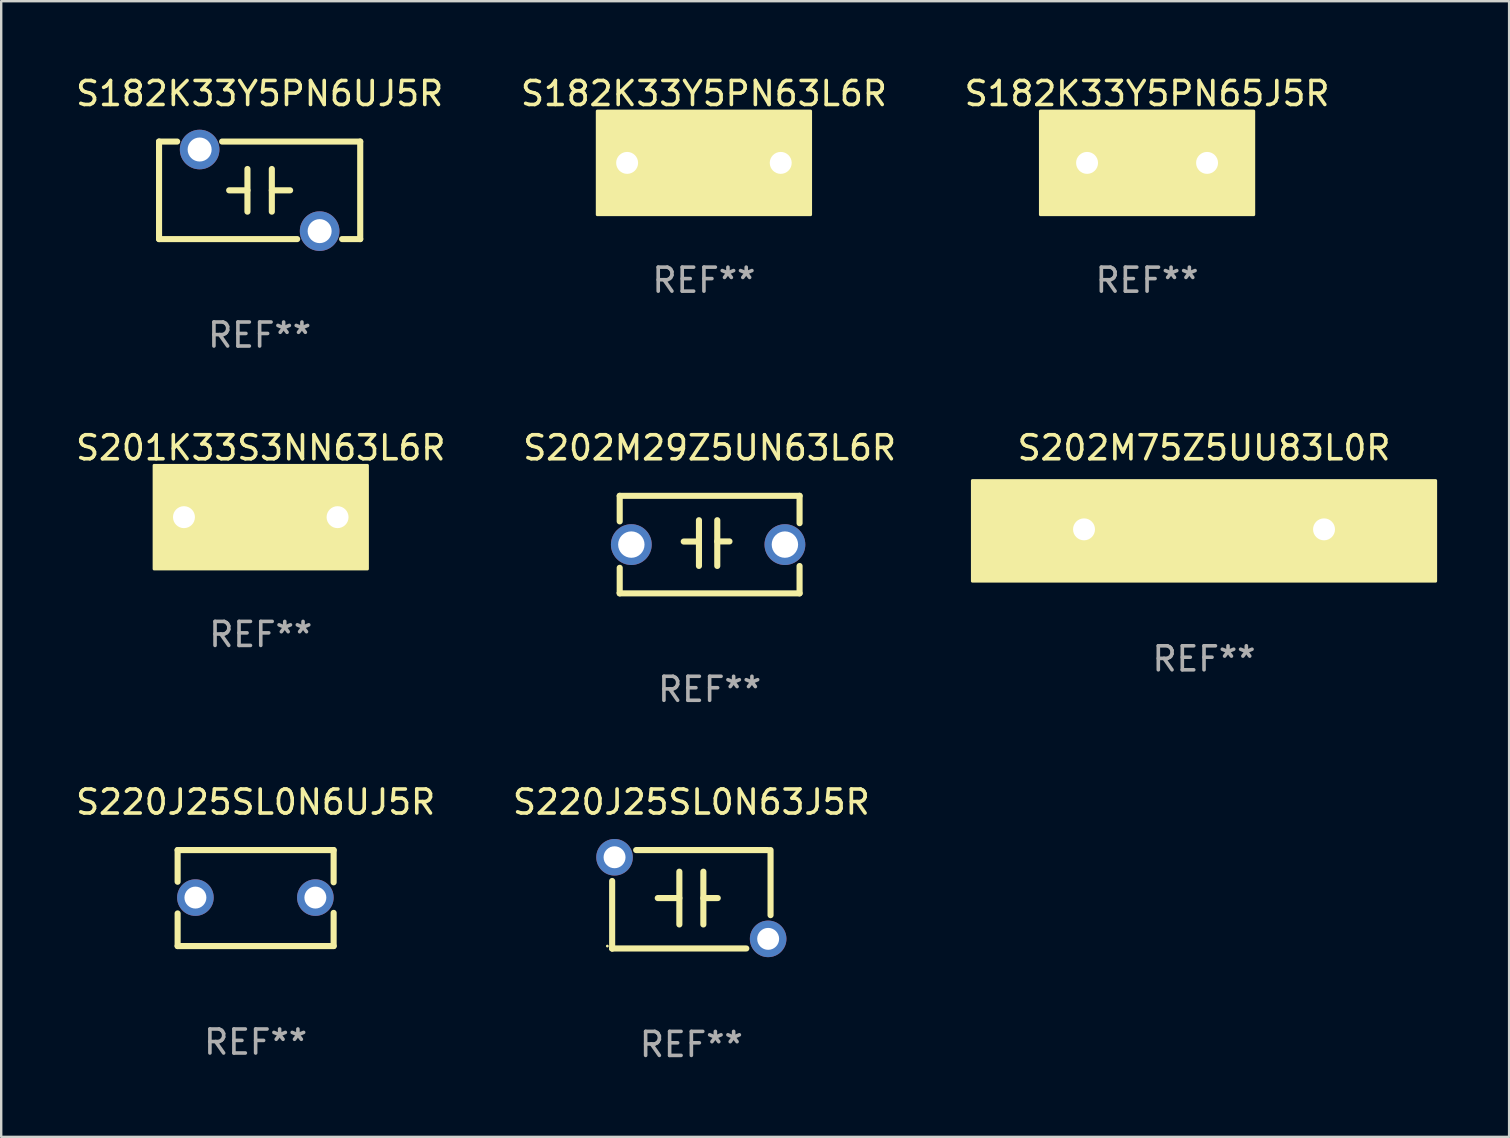
<source format=kicad_pcb>
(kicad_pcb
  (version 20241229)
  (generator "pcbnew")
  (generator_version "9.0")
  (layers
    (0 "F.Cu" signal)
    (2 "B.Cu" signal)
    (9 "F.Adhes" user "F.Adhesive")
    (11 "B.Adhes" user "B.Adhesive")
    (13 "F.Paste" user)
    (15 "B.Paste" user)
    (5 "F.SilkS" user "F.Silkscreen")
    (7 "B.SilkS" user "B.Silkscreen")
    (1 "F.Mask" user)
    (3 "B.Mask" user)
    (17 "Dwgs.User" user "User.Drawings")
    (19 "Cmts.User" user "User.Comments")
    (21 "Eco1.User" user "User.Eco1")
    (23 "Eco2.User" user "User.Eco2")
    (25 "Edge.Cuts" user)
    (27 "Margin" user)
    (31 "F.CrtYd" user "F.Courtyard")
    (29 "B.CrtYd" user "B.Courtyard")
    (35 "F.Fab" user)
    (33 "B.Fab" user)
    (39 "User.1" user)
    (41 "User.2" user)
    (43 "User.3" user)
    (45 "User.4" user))
  (footprint "S202M75Z5UU83L0R"
    (layer "F.Cu")
    (at 47.117 19.006)
    (property "Reference" "S202M75Z5UU83L0R" (at 0 -3.397 0) (layer "F.SilkS") (effects (font (size 1 1) (thickness 0.15))))
    (attr through_hole)
    (fp_line (start -0.635 -0.000025) (end -2.413 -0.000025) (stroke (width 0.254) (type solid)) (layer "F.SilkS"))
    (fp_line (start -0.635 1.397) (end -0.635 -1.397) (stroke (width 0.254) (type solid)) (layer "F.SilkS"))
    (fp_line (start 0.635 -1.397) (end 0.635 1.397) (stroke (width 0.254) (type solid)) (layer "F.SilkS"))
    (fp_line (start 0.635 0.000025) (end 2.413 0.000025) (stroke (width 0.254) (type solid)) (layer "F.SilkS"))
    (fp_circle (center -9.5 2) (end -9.47 2) (stroke (width 0.06) (type solid)) (fill no) (layer "F.SilkS"))
    (fp_poly (pts (xy -9.652 -2.032) (xy 9.652 -2.032) (xy 9.652 2.159) (xy -9.652 2.159)) (stroke (width 0.12) (type solid)) (fill yes) (layer "F.SilkS"))
    (fp_text user "REF**" (at 0 5.397 0) (layer "F.Fab") (effects (font (size 1 1) (thickness 0.15))))
    (pad "1" thru_hole circle (at -5 0) (size 1.524 1.524) (drill 0.914) (layers "*.Cu" "*.Mask"))
    (pad "2" thru_hole circle (at 5 0) (size 1.524 1.524) (drill 0.914) (layers "*.Cu" "*.Mask")))
  (footprint "S220J25SL0N63J5R"
    (layer "F.Cu")
    (at 25.756 34.419)
    (property "Reference" "S220J25SL0N63J5R" (at 0 -4.05 0) (layer "F.SilkS") (effects (font (size 1 1) (thickness 0.15))))
    (attr through_hole)
    (fp_line (start -3.3 2.05) (end -3.3 -0.762) (stroke (width 0.254) (type solid)) (layer "F.SilkS"))
    (fp_line (start -3.3 2.05) (end -3.3 2.05) (stroke (width 0.254) (type solid)) (layer "F.SilkS"))
    (fp_line (start -3.2 -2.05) (end -3.3 -2.05) (stroke (width 0.254) (type solid)) (layer "F.SilkS"))
    (fp_line (start -2.3 -2.05) (end 3.2 -2.05) (stroke (width 0.254) (type solid)) (layer "F.SilkS"))
    (fp_line (start -1.4 -0.05) (end -0.5 -0.05) (stroke (width 0.254) (type solid)) (layer "F.SilkS"))
    (fp_line (start -0.5 -1.15) (end -0.5 1.05) (stroke (width 0.254) (type solid)) (layer "F.SilkS"))
    (fp_line (start 0.5 -1.15) (end 0.5 1.05) (stroke (width 0.254) (type solid)) (layer "F.SilkS"))
    (fp_line (start 1.1 -0.05) (end 0.5 -0.05) (stroke (width 0.254) (type solid)) (layer "F.SilkS"))
    (fp_line (start 2.29 2.05) (end -3.3 2.05) (stroke (width 0.254) (type solid)) (layer "F.SilkS"))
    (fp_line (start 3.3 -2.05) (end 3.3 0.662) (stroke (width 0.254) (type solid)) (layer "F.SilkS"))
    (fp_circle (center -3.5 1.95) (end -3.47 1.95) (stroke (width 0.06) (type solid)) (fill no) (layer "F.SilkS"))
    (fp_text user "REF**" (at 0 6.05 0) (layer "F.Fab") (effects (font (size 1 1) (thickness 0.15))))
    (pad "1" thru_hole circle (at -3.2 -1.75) (size 1.524 1.524) (drill 0.914) (layers "*.Cu" "*.Mask"))
    (pad "2" thru_hole circle (at 3.2 1.65) (size 1.524 1.524) (drill 0.914) (layers "*.Cu" "*.Mask")))
  (footprint "S220J25SL0N6UJ5R"
    (layer "F.Cu")
    (at 7.601 34.369)
    (property "Reference" "S220J25SL0N6UJ5R" (at 0 -4 0) (layer "F.SilkS") (effects (font (size 1 1) (thickness 0.15))))
    (attr through_hole)
    (fp_line (start -3.25 -2) (end -3.25 -0.68) (stroke (width 0.254) (type solid)) (layer "F.SilkS"))
    (fp_line (start -3.25 -2) (end 3.25 -2) (stroke (width 0.254) (type solid)) (layer "F.SilkS"))
    (fp_line (start -3.25 0.64) (end -3.25 2) (stroke (width 0.254) (type solid)) (layer "F.SilkS"))
    (fp_line (start 3.25 -2) (end 3.25 -0.657) (stroke (width 0.254) (type solid)) (layer "F.SilkS"))
    (fp_line (start 3.25 0.617) (end 3.25 2) (stroke (width 0.254) (type solid)) (layer "F.SilkS"))
    (fp_line (start 3.25 2) (end -3.25 2) (stroke (width 0.254) (type solid)) (layer "F.SilkS"))
    (fp_circle (center -3.26 1.98) (end -3.23 1.98) (stroke (width 0.06) (type solid)) (fill no) (layer "F.SilkS"))
    (fp_text user "REF**" (at 0 6 0) (layer "F.Fab") (effects (font (size 1 1) (thickness 0.15))))
    (pad "1" thru_hole circle (at -2.509 -0.02) (size 1.524 1.524) (drill 0.914) (layers "*.Cu" "*.Mask"))
    (pad "2" thru_hole circle (at 2.489 -0.02) (size 1.524 1.524) (drill 0.914) (layers "*.Cu" "*.Mask")))
  (footprint "S182K33Y5PN65J5R"
    (layer "F.Cu")
    (at 44.744 3.737)
    (property "Reference" "S182K33Y5PN65J5R" (at 0 -2.889 0) (layer "F.SilkS") (effects (font (size 1 1) (thickness 0.15))))
    (attr through_hole)
    (fp_line (start -0.508 0) (end -1.27 0) (stroke (width 0.254) (type solid)) (layer "F.SilkS"))
    (fp_line (start -0.508 0.889) (end -0.508 -0.889) (stroke (width 0.254) (type solid)) (layer "F.SilkS"))
    (fp_line (start 0.508 -0.889) (end 0.508 0.889) (stroke (width 0.254) (type solid)) (layer "F.SilkS"))
    (fp_line (start 0.508 0) (end 1.27 0) (stroke (width 0.254) (type solid)) (layer "F.SilkS"))
    (fp_circle (center -4.25 2) (end -4.22 2) (stroke (width 0.06) (type solid)) (fill no) (layer "F.SilkS"))
    (fp_poly (pts (xy -4.445 -2.159) (xy 4.445 -2.159) (xy 4.445 2.159) (xy -4.445 2.159)) (stroke (width 0.12) (type solid)) (fill yes) (layer "F.SilkS"))
    (fp_text user "REF**" (at 0 4.889 0) (layer "F.Fab") (effects (font (size 1 1) (thickness 0.15))))
    (pad "1" thru_hole circle (at -2.5 0) (size 1.524 1.524) (drill 0.914) (layers "*.Cu" "*.Mask"))
    (pad "2" thru_hole circle (at 2.5 0) (size 1.524 1.524) (drill 0.914) (layers "*.Cu" "*.Mask")))
  (footprint "S201K33S3NN63L6R"
    (layer "F.Cu")
    (at 7.815 18.498)
    (property "Reference" "S201K33S3NN63L6R" (at 0 -2.889 0) (layer "F.SilkS") (effects (font (size 1 1) (thickness 0.15))))
    (attr through_hole)
    (fp_line (start -0.508 0) (end -1.397 0) (stroke (width 0.254) (type solid)) (layer "F.SilkS"))
    (fp_line (start -0.508 0.889) (end -0.508 -0.889) (stroke (width 0.254) (type solid)) (layer "F.SilkS"))
    (fp_line (start 0.508 -0.889) (end 0.508 0.889) (stroke (width 0.254) (type solid)) (layer "F.SilkS"))
    (fp_line (start 0.508 0) (end 1.397 0) (stroke (width 0.254) (type solid)) (layer "F.SilkS"))
    (fp_circle (center -4.25 2) (end -4.22 2) (stroke (width 0.06) (type solid)) (fill no) (layer "F.SilkS"))
    (fp_poly (pts (xy -4.445 -2.159) (xy 4.445 -2.159) (xy 4.445 2.159) (xy -4.445 2.159)) (stroke (width 0.12) (type solid)) (fill yes) (layer "F.SilkS"))
    (fp_text user "REF**" (at 0 4.889 0) (layer "F.Fab") (effects (font (size 1 1) (thickness 0.15))))
    (pad "1" thru_hole circle (at -3.2 0) (size 1.524 1.524) (drill 0.914) (layers "*.Cu" "*.Mask"))
    (pad "2" thru_hole circle (at 3.2 0) (size 1.524 1.524) (drill 0.914) (layers "*.Cu" "*.Mask")))
  (footprint "S202M29Z5UN63L6R"
    (layer "F.Cu")
    (at 26.518 19.641)
    (property "Reference" "S202M29Z5UN63L6R" (at 0 -4.032 0) (layer "F.SilkS") (effects (font (size 1 1) (thickness 0.15))))
    (attr through_hole)
    (fp_line (start -3.747 -2.032) (end -3.747 -0.967) (stroke (width 0.254) (type solid)) (layer "F.SilkS"))
    (fp_line (start -3.747 0.967) (end -3.747 2.032) (stroke (width 0.254) (type solid)) (layer "F.SilkS"))
    (fp_line (start -3.747 2.032) (end 3.747 2.032) (stroke (width 0.254) (type solid)) (layer "F.SilkS"))
    (fp_line (start -1.08 -0.127) (end -0.445 -0.127) (stroke (width 0.254) (type solid)) (layer "F.SilkS"))
    (fp_line (start -0.445 -1.016) (end -0.445 0.889) (stroke (width 0.254) (type solid)) (layer "F.SilkS"))
    (fp_line (start 0.318 -1.016) (end 0.318 0.889) (stroke (width 0.254) (type solid)) (layer "F.SilkS"))
    (fp_line (start 0.318 -0.132) (end 0.826 -0.132) (stroke (width 0.254) (type solid)) (layer "F.SilkS"))
    (fp_line (start 3.747 -2.032) (end -3.747 -2.032) (stroke (width 0.254) (type solid)) (layer "F.SilkS"))
    (fp_line (start 3.747 -0.892) (end 3.747 -2.032) (stroke (width 0.254) (type solid)) (layer "F.SilkS"))
    (fp_line (start 3.747 2.032) (end 3.747 0.892) (stroke (width 0.254) (type solid)) (layer "F.SilkS"))
    (fp_circle (center -3.814 2) (end -3.784 2) (stroke (width 0.06) (type solid)) (fill no) (layer "F.SilkS"))
    (fp_text user "REF**" (at 0 6.032 0) (layer "F.Fab") (effects (font (size 1 1) (thickness 0.15))))
    (pad "1" thru_hole circle (at -3.263 0) (size 1.7 1.7) (drill 1.1) (layers "*.Cu" "*.Mask"))
    (pad "2" thru_hole circle (at 3.136 0) (size 1.7 1.7) (drill 1.1) (layers "*.Cu" "*.Mask")))
  (footprint "S182K33Y5PN63L6R"
    (layer "F.Cu")
    (at 26.28 3.737)
    (property "Reference" "S182K33Y5PN63L6R" (at 0 -2.889 0) (layer "F.SilkS") (effects (font (size 1 1) (thickness 0.15))))
    (attr through_hole)
    (fp_line (start -0.508 0) (end -1.397 0) (stroke (width 0.254) (type solid)) (layer "F.SilkS"))
    (fp_line (start -0.508 0.889) (end -0.508 -0.889) (stroke (width 0.254) (type solid)) (layer "F.SilkS"))
    (fp_line (start 0.508 -0.889) (end 0.508 0.889) (stroke (width 0.254) (type solid)) (layer "F.SilkS"))
    (fp_line (start 0.508 0) (end 1.397 0) (stroke (width 0.254) (type solid)) (layer "F.SilkS"))
    (fp_circle (center -4.25 2) (end -4.22 2) (stroke (width 0.06) (type solid)) (fill no) (layer "F.SilkS"))
    (fp_poly (pts (xy -4.445 -2.159) (xy 4.445 -2.159) (xy 4.445 2.159) (xy -4.445 2.159)) (stroke (width 0.12) (type solid)) (fill yes) (layer "F.SilkS"))
    (fp_text user "REF**" (at 0 4.889 0) (layer "F.Fab") (effects (font (size 1 1) (thickness 0.15))))
    (pad "1" thru_hole circle (at -3.2 0) (size 1.524 1.524) (drill 0.914) (layers "*.Cu" "*.Mask"))
    (pad "2" thru_hole circle (at 3.2 0) (size 1.524 1.524) (drill 0.914) (layers "*.Cu" "*.Mask")))
  (footprint "S182K33Y5PN6UJ5R"
    (layer "F.Cu")
    (at 7.768 4.88)
    (property "Reference" "S182K33Y5PN6UJ5R" (at 0 -4.032 0) (layer "F.SilkS") (effects (font (size 1 1) (thickness 0.15))))
    (attr through_hole)
    (fp_line (start -4.191 -2.032) (end -3.436 -2.032) (stroke (width 0.254) (type solid)) (layer "F.SilkS"))
    (fp_line (start -4.191 2.032) (end -4.191 -2.032) (stroke (width 0.254) (type solid)) (layer "F.SilkS"))
    (fp_line (start -1.564 -2.032) (end 4.191 -2.032) (stroke (width 0.254) (type solid)) (layer "F.SilkS"))
    (fp_line (start -0.508 0) (end -1.27 0) (stroke (width 0.254) (type solid)) (layer "F.SilkS"))
    (fp_line (start -0.508 0.889) (end -0.508 -0.889) (stroke (width 0.254) (type solid)) (layer "F.SilkS"))
    (fp_line (start 0.508 -0.889) (end 0.508 0.889) (stroke (width 0.254) (type solid)) (layer "F.SilkS"))
    (fp_line (start 0.508 0) (end 1.27 0) (stroke (width 0.254) (type solid)) (layer "F.SilkS"))
    (fp_line (start 1.564 2.032) (end -4.191 2.032) (stroke (width 0.254) (type solid)) (layer "F.SilkS"))
    (fp_line (start 4.191 -2.032) (end 4.191 2.032) (stroke (width 0.254) (type solid)) (layer "F.SilkS"))
    (fp_line (start 4.191 2.032) (end 3.436 2.032) (stroke (width 0.254) (type solid)) (layer "F.SilkS"))
    (fp_circle (center -4.25 2) (end -4.22 2) (stroke (width 0.06) (type solid)) (fill no) (layer "F.SilkS"))
    (fp_text user "REF**" (at 0 6.032 0) (layer "F.Fab") (effects (font (size 1 1) (thickness 0.15))))
    (pad "1" thru_hole circle (at -2.5 -1.7) (size 1.65 1.65) (drill 1) (layers "*.Cu" "*.Mask"))
    (pad "2" thru_hole circle (at 2.5 1.7) (size 1.65 1.65) (drill 1) (layers "*.Cu" "*.Mask")))
  (gr_rect
    (start -3 -3)
    (end 59.829 44.318)
    (stroke (width 0.1) (type default))
    (fill no)
    (layer "Edge.Cuts")))
</source>
